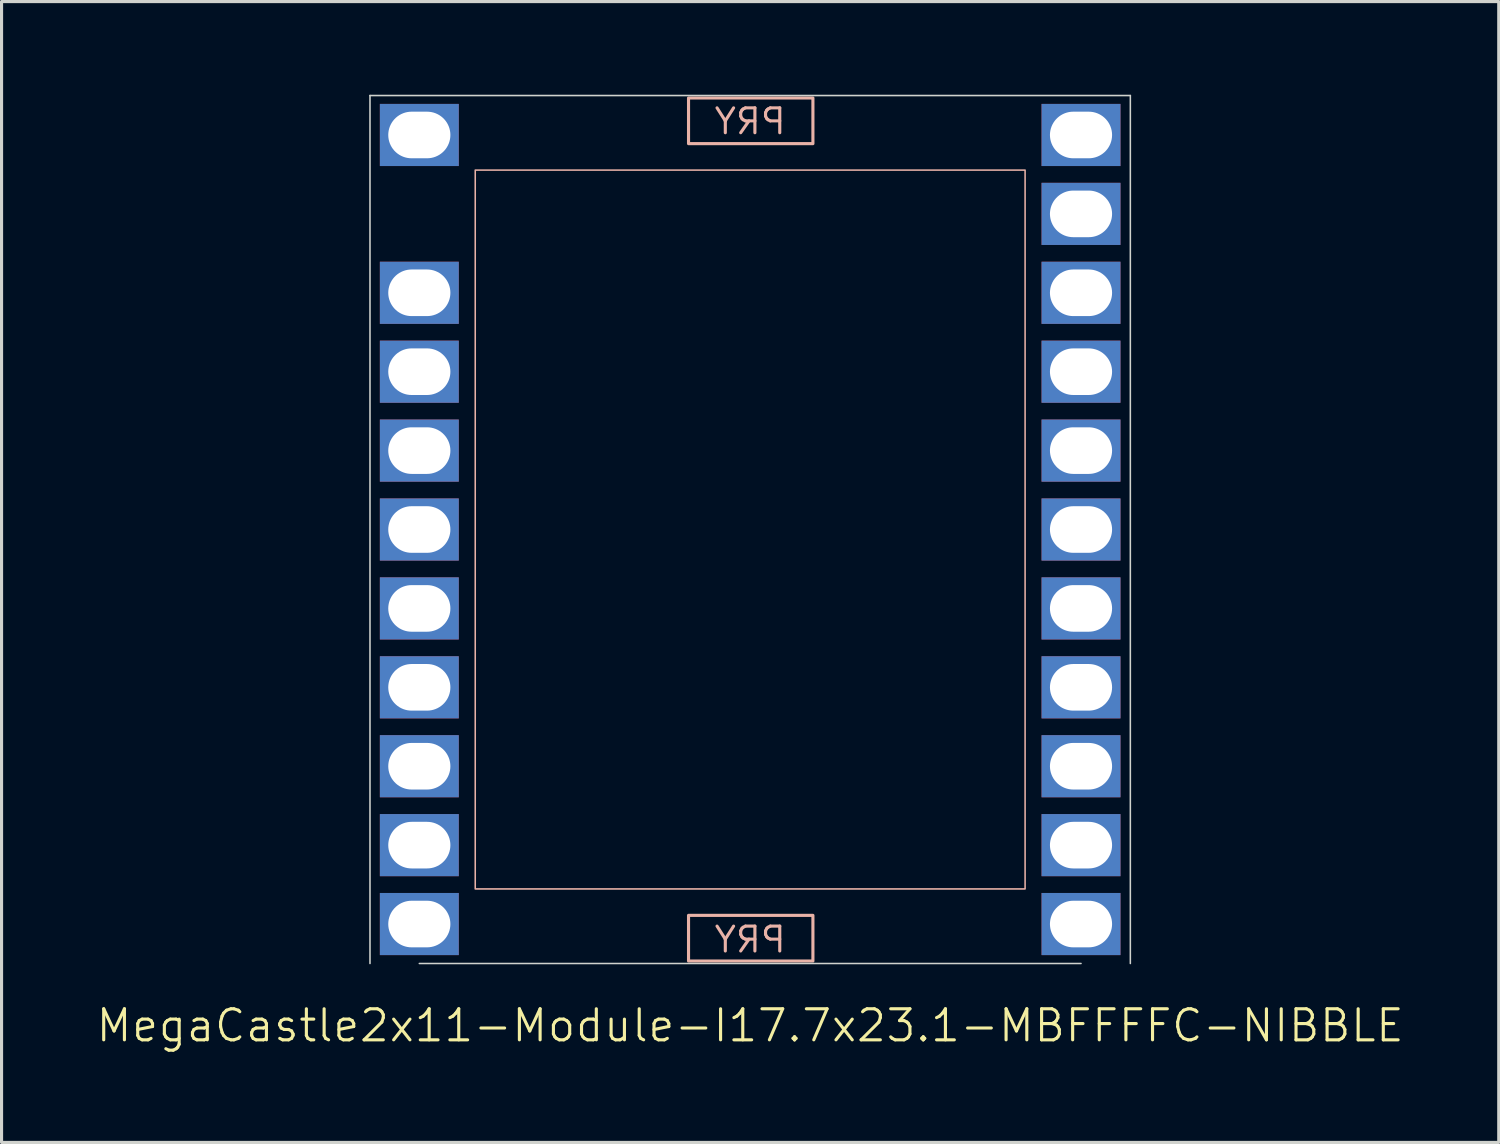
<source format=kicad_pcb>
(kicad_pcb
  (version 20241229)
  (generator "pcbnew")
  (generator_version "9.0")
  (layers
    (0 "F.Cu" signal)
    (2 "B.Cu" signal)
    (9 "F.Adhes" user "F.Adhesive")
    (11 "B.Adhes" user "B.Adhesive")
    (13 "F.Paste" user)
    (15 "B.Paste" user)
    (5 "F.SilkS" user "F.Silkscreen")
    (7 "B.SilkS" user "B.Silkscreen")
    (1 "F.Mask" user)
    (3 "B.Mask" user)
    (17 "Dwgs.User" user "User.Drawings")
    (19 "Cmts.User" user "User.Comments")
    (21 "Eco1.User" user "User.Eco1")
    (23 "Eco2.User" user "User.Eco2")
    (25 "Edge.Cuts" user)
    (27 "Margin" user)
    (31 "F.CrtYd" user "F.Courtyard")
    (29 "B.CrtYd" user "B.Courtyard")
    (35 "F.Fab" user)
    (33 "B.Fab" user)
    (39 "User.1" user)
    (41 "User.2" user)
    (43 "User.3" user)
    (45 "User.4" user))
  (footprint "MegaCastle2x11-Module-I17.7x23.1-MBFFFFC-NIBBLE"
    (layer "F.Cu")
    (at 21.098 13.995)
    (property "Reference" "MegaCastle2x11-Module-I17.7x23.1-MBFFFFC-NIBBLE" (at 0 15.97 0) (unlocked yes) (layer "F.SilkS") (effects (font (size 1 1) (thickness 0.1))))
    (attr smd)
    (fp_rect (start -8.85 11.57) (end 8.85 -11.57) (stroke (width 0.05) (type default)) (fill no) (layer "B.SilkS"))
    (fp_rect (start -1.984 -12.421) (end 2.02 -13.89) (stroke (width 0.1) (type default)) (fill no) (layer "B.SilkS"))
    (fp_rect (start -1.984 12.421) (end 2.02 13.89) (stroke (width 0.1) (type default)) (fill no) (layer "B.SilkS"))
    (fp_line (start -12.238 -13.97) (end -12.238 13.97) (stroke (width 0.05) (type default)) (layer "Edge.Cuts"))
    (fp_line (start -12.238 -13.97) (end 12.238 -13.97) (stroke (width 0.05) (type default)) (layer "Edge.Cuts"))
    (fp_line (start -10.65 13.97) (end 10.65 13.97) (stroke (width 0.05) (type default)) (layer "Edge.Cuts"))
    (fp_line (start 12.238 -13.97) (end 12.238 13.97) (stroke (width 0.05) (type default)) (layer "Edge.Cuts"))
    (fp_text user "PRY" (at 0 -12.67 0) (unlocked yes) (layer "B.SilkS") (effects (font (size 0.8 0.8) (thickness 0.1)) (justify bottom mirror)))
    (fp_text user "PRY" (at 0 13.67 0) (unlocked yes) (layer "B.SilkS") (effects (font (size 0.8 0.8) (thickness 0.1)) (justify bottom mirror)))
    (pad "1" thru_hole rect (at -10.65 -12.7) (size 2.54 2) (drill oval 2 1.5) (property pad_prop_castellated) (layers "*.Cu" "*.Mask"))
    (pad "3" thru_hole rect (at -10.65 -7.62) (size 2.54 2) (drill oval 2 1.5) (property pad_prop_castellated) (layers "*.Cu" "*.Mask"))
    (pad "4" thru_hole rect (at -10.65 -5.08) (size 2.54 2) (drill oval 2 1.5) (property pad_prop_castellated) (layers "*.Cu" "*.Mask"))
    (pad "5" thru_hole rect (at -10.65 -2.54) (size 2.54 2) (drill oval 2 1.5) (property pad_prop_castellated) (layers "*.Cu" "*.Mask"))
    (pad "6" thru_hole rect (at -10.65 0) (size 2.54 2) (drill oval 2 1.5) (property pad_prop_castellated) (layers "*.Cu" "*.Mask"))
    (pad "7" thru_hole rect (at -10.65 2.54) (size 2.54 2) (drill oval 2 1.5) (property pad_prop_castellated) (layers "*.Cu" "*.Mask"))
    (pad "8" thru_hole rect (at -10.65 5.08) (size 2.54 2) (drill oval 2 1.5) (property pad_prop_castellated) (layers "*.Cu" "*.Mask"))
    (pad "9" thru_hole rect (at -10.65 7.62) (size 2.54 2) (drill oval 2 1.5) (property pad_prop_castellated) (layers "*.Cu" "*.Mask"))
    (pad "10" thru_hole rect (at -10.65 10.16) (size 2.54 2) (drill oval 2 1.5) (property pad_prop_castellated) (layers "*.Cu" "*.Mask"))
    (pad "11" thru_hole rect (at -10.65 12.7) (size 2.54 2) (drill oval 2 1.5) (property pad_prop_castellated) (layers "*.Cu" "*.Mask"))
    (pad "12" thru_hole rect (at 10.65 -12.7) (size 2.54 2) (drill oval 2 1.5) (property pad_prop_castellated) (layers "*.Cu" "*.Mask"))
    (pad "13" thru_hole rect (at 10.65 -10.16) (size 2.54 2) (drill oval 2 1.5) (property pad_prop_castellated) (layers "*.Cu" "*.Mask"))
    (pad "14" thru_hole rect (at 10.65 -7.62) (size 2.54 2) (drill oval 2 1.5) (property pad_prop_castellated) (layers "*.Cu" "*.Mask"))
    (pad "15" thru_hole rect (at 10.65 -5.08) (size 2.54 2) (drill oval 2 1.5) (property pad_prop_castellated) (layers "*.Cu" "*.Mask"))
    (pad "16" thru_hole rect (at 10.65 -2.54) (size 2.54 2) (drill oval 2 1.5) (property pad_prop_castellated) (layers "*.Cu" "*.Mask"))
    (pad "17" thru_hole rect (at 10.65 0) (size 2.54 2) (drill oval 2 1.5) (property pad_prop_castellated) (layers "*.Cu" "*.Mask"))
    (pad "18" thru_hole rect (at 10.65 2.54) (size 2.54 2) (drill oval 2 1.5) (property pad_prop_castellated) (layers "*.Cu" "*.Mask"))
    (pad "19" thru_hole rect (at 10.65 5.08) (size 2.54 2) (drill oval 2 1.5) (property pad_prop_castellated) (layers "*.Cu" "*.Mask"))
    (pad "20" thru_hole rect (at 10.65 7.62) (size 2.54 2) (drill oval 2 1.5) (property pad_prop_castellated) (layers "*.Cu" "*.Mask"))
    (pad "21" thru_hole rect (at 10.65 10.16) (size 2.54 2) (drill oval 2 1.5) (property pad_prop_castellated) (layers "*.Cu" "*.Mask"))
    (pad "22" thru_hole rect (at 10.65 12.7) (size 2.54 2) (drill oval 2 1.5) (property pad_prop_castellated) (layers "*.Cu" "*.Mask"))
    (zone (net_name "") (layer "B.Cu") (hatch edge 0.5) (connect_pads) (min_thickness 0.25) (filled_areas_thickness no) (keepout (tracks allowed) (vias allowed) (pads allowed) (copperpour allowed) (footprints not_allowed)) (placement (enabled no)) (fill) (polygon (pts (xy 10.448 27.965) (xy 10.448 0.025) (xy 12.248 0.025) (xy 12.248 27.965))))
    (zone (net_name "") (layer "B.Cu") (hatch edge 0.5) (connect_pads) (min_thickness 0.25) (filled_areas_thickness no) (keepout (tracks allowed) (vias allowed) (pads allowed) (copperpour allowed) (footprints not_allowed)) (placement (enabled no)) (fill) (polygon (pts (xy 12.248 0.025) (xy 12.248 2.425) (xy 29.948 2.425) (xy 29.948 0.025))))
    (zone (net_name "") (layer "B.Cu") (hatch edge 0.5) (connect_pads) (min_thickness 0.25) (filled_areas_thickness no) (keepout (tracks allowed) (vias allowed) (pads allowed) (copperpour allowed) (footprints not_allowed)) (placement (enabled no)) (fill) (polygon (pts (xy 12.248 27.965) (xy 12.248 25.565) (xy 29.948 25.565) (xy 29.948 27.965))))
    (zone (net_name "") (layer "B.Cu") (name "Upper Pry Zone") (hatch edge 0.5) (connect_pads) (min_thickness 0.25) (filled_areas_thickness no) (keepout (tracks not_allowed) (vias not_allowed) (pads not_allowed) (copperpour allowed) (footprints not_allowed)) (placement (enabled no)) (fill) (polygon (pts (xy 19.113 1.574) (xy 19.113 0.105) (xy 23.117 0.105) (xy 23.117 1.574))))
    (zone (net_name "") (layer "B.Cu") (name "Upper Pry Zone") (hatch edge 0.5) (connect_pads) (min_thickness 0.25) (filled_areas_thickness no) (keepout (tracks not_allowed) (vias not_allowed) (pads not_allowed) (copperpour allowed) (footprints not_allowed)) (placement (enabled no)) (fill) (polygon (pts (xy 19.113 26.416) (xy 19.113 27.885) (xy 23.117 27.885) (xy 23.117 26.416))))
    (zone (net_name "") (layer "B.Cu") (hatch edge 0.5) (connect_pads) (min_thickness 0.25) (filled_areas_thickness no) (keepout (tracks allowed) (vias allowed) (pads allowed) (copperpour allowed) (footprints not_allowed)) (placement (enabled no)) (fill) (polygon (pts (xy 31.748 27.965) (xy 31.748 0.025) (xy 29.948 0.025) (xy 29.948 27.965)))))
  (gr_rect
    (start -3 -3)
    (end 45.195 33.725)
    (stroke (width 0.1) (type default))
    (fill no)
    (layer "Edge.Cuts")))
</source>
